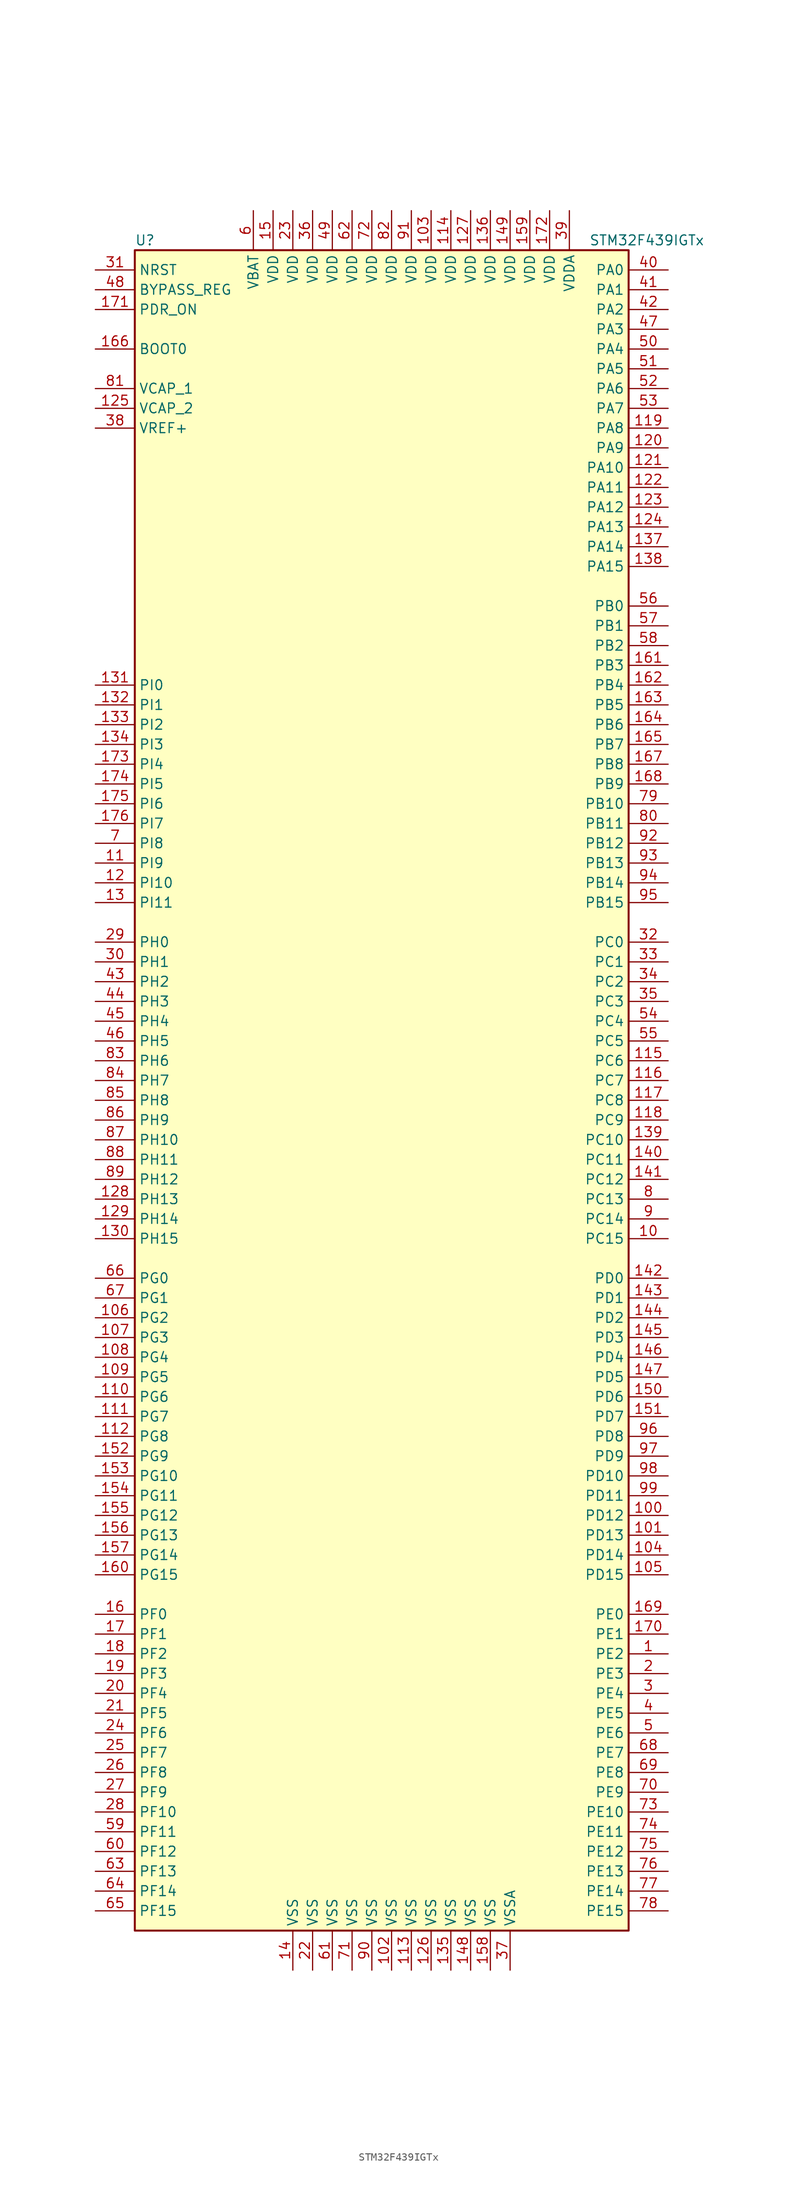
<source format=kicad_sym>
(kicad_symbol_lib
  (version 20201005)
  (generator kicad_symbol_editor)
  (symbol "STM32F439IGTx"
    (property "Reference" "U"
      (at -33.02 107.95 0)
      (effects (font (size 1.27 1.27)) (justify left)))
    (property "Value" "STM32F439IGTx"
      (at 25.4 107.95 0)
      (effects (font (size 1.27 1.27)) (justify left)))
    (symbol "STM32F439IGTx_0_1"
      (rectangle (start -33.02 -109.22) (end 30.48 106.68) (stroke (width 0.254)) (fill (type background))))
    (symbol "STM32F439IGTx_1_1"
      (pin input line (at -38.1 93.98 0) (length 5.08) (name "BOOT0" (effects (font (size 1.27 1.27)))) (number "166" (effects (font (size 1.27 1.27)))))
      (pin input line (at -38.1 101.6 0) (length 5.08) (name "BYPASS_REG" (effects (font (size 1.27 1.27)))) (number "48" (effects (font (size 1.27 1.27)))))
      (pin input line (at -38.1 104.14 0) (length 5.08) (name "NRST" (effects (font (size 1.27 1.27)))) (number "31" (effects (font (size 1.27 1.27)))))
      (pin bidirectional line (at 35.56 104.14 180) (length 5.08) (name "PA0" (effects (font (size 1.27 1.27)))) (number "40" (effects (font (size 1.27 1.27)))))
      (pin bidirectional line (at 35.56 101.6 180) (length 5.08) (name "PA1" (effects (font (size 1.27 1.27)))) (number "41" (effects (font (size 1.27 1.27)))))
      (pin bidirectional line (at 35.56 78.74 180) (length 5.08) (name "PA10" (effects (font (size 1.27 1.27)))) (number "121" (effects (font (size 1.27 1.27)))))
      (pin bidirectional line (at 35.56 76.2 180) (length 5.08) (name "PA11" (effects (font (size 1.27 1.27)))) (number "122" (effects (font (size 1.27 1.27)))))
      (pin bidirectional line (at 35.56 73.66 180) (length 5.08) (name "PA12" (effects (font (size 1.27 1.27)))) (number "123" (effects (font (size 1.27 1.27)))))
      (pin bidirectional line (at 35.56 71.12 180) (length 5.08) (name "PA13" (effects (font (size 1.27 1.27)))) (number "124" (effects (font (size 1.27 1.27)))))
      (pin bidirectional line (at 35.56 68.58 180) (length 5.08) (name "PA14" (effects (font (size 1.27 1.27)))) (number "137" (effects (font (size 1.27 1.27)))))
      (pin bidirectional line (at 35.56 66.04 180) (length 5.08) (name "PA15" (effects (font (size 1.27 1.27)))) (number "138" (effects (font (size 1.27 1.27)))))
      (pin bidirectional line (at 35.56 99.06 180) (length 5.08) (name "PA2" (effects (font (size 1.27 1.27)))) (number "42" (effects (font (size 1.27 1.27)))))
      (pin bidirectional line (at 35.56 96.52 180) (length 5.08) (name "PA3" (effects (font (size 1.27 1.27)))) (number "47" (effects (font (size 1.27 1.27)))))
      (pin bidirectional line (at 35.56 93.98 180) (length 5.08) (name "PA4" (effects (font (size 1.27 1.27)))) (number "50" (effects (font (size 1.27 1.27)))))
      (pin bidirectional line (at 35.56 91.44 180) (length 5.08) (name "PA5" (effects (font (size 1.27 1.27)))) (number "51" (effects (font (size 1.27 1.27)))))
      (pin bidirectional line (at 35.56 88.9 180) (length 5.08) (name "PA6" (effects (font (size 1.27 1.27)))) (number "52" (effects (font (size 1.27 1.27)))))
      (pin bidirectional line (at 35.56 86.36 180) (length 5.08) (name "PA7" (effects (font (size 1.27 1.27)))) (number "53" (effects (font (size 1.27 1.27)))))
      (pin bidirectional line (at 35.56 83.82 180) (length 5.08) (name "PA8" (effects (font (size 1.27 1.27)))) (number "119" (effects (font (size 1.27 1.27)))))
      (pin bidirectional line (at 35.56 81.28 180) (length 5.08) (name "PA9" (effects (font (size 1.27 1.27)))) (number "120" (effects (font (size 1.27 1.27)))))
      (pin bidirectional line (at 35.56 60.96 180) (length 5.08) (name "PB0" (effects (font (size 1.27 1.27)))) (number "56" (effects (font (size 1.27 1.27)))))
      (pin bidirectional line (at 35.56 58.42 180) (length 5.08) (name "PB1" (effects (font (size 1.27 1.27)))) (number "57" (effects (font (size 1.27 1.27)))))
      (pin bidirectional line (at 35.56 35.56 180) (length 5.08) (name "PB10" (effects (font (size 1.27 1.27)))) (number "79" (effects (font (size 1.27 1.27)))))
      (pin bidirectional line (at 35.56 33.02 180) (length 5.08) (name "PB11" (effects (font (size 1.27 1.27)))) (number "80" (effects (font (size 1.27 1.27)))))
      (pin bidirectional line (at 35.56 30.48 180) (length 5.08) (name "PB12" (effects (font (size 1.27 1.27)))) (number "92" (effects (font (size 1.27 1.27)))))
      (pin bidirectional line (at 35.56 27.94 180) (length 5.08) (name "PB13" (effects (font (size 1.27 1.27)))) (number "93" (effects (font (size 1.27 1.27)))))
      (pin bidirectional line (at 35.56 25.4 180) (length 5.08) (name "PB14" (effects (font (size 1.27 1.27)))) (number "94" (effects (font (size 1.27 1.27)))))
      (pin bidirectional line (at 35.56 22.86 180) (length 5.08) (name "PB15" (effects (font (size 1.27 1.27)))) (number "95" (effects (font (size 1.27 1.27)))))
      (pin bidirectional line (at 35.56 55.88 180) (length 5.08) (name "PB2" (effects (font (size 1.27 1.27)))) (number "58" (effects (font (size 1.27 1.27)))))
      (pin bidirectional line (at 35.56 53.34 180) (length 5.08) (name "PB3" (effects (font (size 1.27 1.27)))) (number "161" (effects (font (size 1.27 1.27)))))
      (pin bidirectional line (at 35.56 50.8 180) (length 5.08) (name "PB4" (effects (font (size 1.27 1.27)))) (number "162" (effects (font (size 1.27 1.27)))))
      (pin bidirectional line (at 35.56 48.26 180) (length 5.08) (name "PB5" (effects (font (size 1.27 1.27)))) (number "163" (effects (font (size 1.27 1.27)))))
      (pin bidirectional line (at 35.56 45.72 180) (length 5.08) (name "PB6" (effects (font (size 1.27 1.27)))) (number "164" (effects (font (size 1.27 1.27)))))
      (pin bidirectional line (at 35.56 43.18 180) (length 5.08) (name "PB7" (effects (font (size 1.27 1.27)))) (number "165" (effects (font (size 1.27 1.27)))))
      (pin bidirectional line (at 35.56 40.64 180) (length 5.08) (name "PB8" (effects (font (size 1.27 1.27)))) (number "167" (effects (font (size 1.27 1.27)))))
      (pin bidirectional line (at 35.56 38.1 180) (length 5.08) (name "PB9" (effects (font (size 1.27 1.27)))) (number "168" (effects (font (size 1.27 1.27)))))
      (pin bidirectional line (at 35.56 17.78 180) (length 5.08) (name "PC0" (effects (font (size 1.27 1.27)))) (number "32" (effects (font (size 1.27 1.27)))))
      (pin bidirectional line (at 35.56 15.24 180) (length 5.08) (name "PC1" (effects (font (size 1.27 1.27)))) (number "33" (effects (font (size 1.27 1.27)))))
      (pin bidirectional line (at 35.56 -7.62 180) (length 5.08) (name "PC10" (effects (font (size 1.27 1.27)))) (number "139" (effects (font (size 1.27 1.27)))))
      (pin bidirectional line (at 35.56 -10.16 180) (length 5.08) (name "PC11" (effects (font (size 1.27 1.27)))) (number "140" (effects (font (size 1.27 1.27)))))
      (pin bidirectional line (at 35.56 -12.7 180) (length 5.08) (name "PC12" (effects (font (size 1.27 1.27)))) (number "141" (effects (font (size 1.27 1.27)))))
      (pin bidirectional line (at 35.56 -15.24 180) (length 5.08) (name "PC13" (effects (font (size 1.27 1.27)))) (number "8" (effects (font (size 1.27 1.27)))))
      (pin bidirectional line (at 35.56 -17.78 180) (length 5.08) (name "PC14" (effects (font (size 1.27 1.27)))) (number "9" (effects (font (size 1.27 1.27)))))
      (pin bidirectional line (at 35.56 -20.32 180) (length 5.08) (name "PC15" (effects (font (size 1.27 1.27)))) (number "10" (effects (font (size 1.27 1.27)))))
      (pin bidirectional line (at 35.56 12.7 180) (length 5.08) (name "PC2" (effects (font (size 1.27 1.27)))) (number "34" (effects (font (size 1.27 1.27)))))
      (pin bidirectional line (at 35.56 10.16 180) (length 5.08) (name "PC3" (effects (font (size 1.27 1.27)))) (number "35" (effects (font (size 1.27 1.27)))))
      (pin bidirectional line (at 35.56 7.62 180) (length 5.08) (name "PC4" (effects (font (size 1.27 1.27)))) (number "54" (effects (font (size 1.27 1.27)))))
      (pin bidirectional line (at 35.56 5.08 180) (length 5.08) (name "PC5" (effects (font (size 1.27 1.27)))) (number "55" (effects (font (size 1.27 1.27)))))
      (pin bidirectional line (at 35.56 2.54 180) (length 5.08) (name "PC6" (effects (font (size 1.27 1.27)))) (number "115" (effects (font (size 1.27 1.27)))))
      (pin bidirectional line (at 35.56 0 180) (length 5.08) (name "PC7" (effects (font (size 1.27 1.27)))) (number "116" (effects (font (size 1.27 1.27)))))
      (pin bidirectional line (at 35.56 -2.54 180) (length 5.08) (name "PC8" (effects (font (size 1.27 1.27)))) (number "117" (effects (font (size 1.27 1.27)))))
      (pin bidirectional line (at 35.56 -5.08 180) (length 5.08) (name "PC9" (effects (font (size 1.27 1.27)))) (number "118" (effects (font (size 1.27 1.27)))))
      (pin bidirectional line (at 35.56 -25.4 180) (length 5.08) (name "PD0" (effects (font (size 1.27 1.27)))) (number "142" (effects (font (size 1.27 1.27)))))
      (pin bidirectional line (at 35.56 -27.94 180) (length 5.08) (name "PD1" (effects (font (size 1.27 1.27)))) (number "143" (effects (font (size 1.27 1.27)))))
      (pin bidirectional line (at 35.56 -50.8 180) (length 5.08) (name "PD10" (effects (font (size 1.27 1.27)))) (number "98" (effects (font (size 1.27 1.27)))))
      (pin bidirectional line (at 35.56 -53.34 180) (length 5.08) (name "PD11" (effects (font (size 1.27 1.27)))) (number "99" (effects (font (size 1.27 1.27)))))
      (pin bidirectional line (at 35.56 -55.88 180) (length 5.08) (name "PD12" (effects (font (size 1.27 1.27)))) (number "100" (effects (font (size 1.27 1.27)))))
      (pin bidirectional line (at 35.56 -58.42 180) (length 5.08) (name "PD13" (effects (font (size 1.27 1.27)))) (number "101" (effects (font (size 1.27 1.27)))))
      (pin bidirectional line (at 35.56 -60.96 180) (length 5.08) (name "PD14" (effects (font (size 1.27 1.27)))) (number "104" (effects (font (size 1.27 1.27)))))
      (pin bidirectional line (at 35.56 -63.5 180) (length 5.08) (name "PD15" (effects (font (size 1.27 1.27)))) (number "105" (effects (font (size 1.27 1.27)))))
      (pin bidirectional line (at 35.56 -30.48 180) (length 5.08) (name "PD2" (effects (font (size 1.27 1.27)))) (number "144" (effects (font (size 1.27 1.27)))))
      (pin bidirectional line (at 35.56 -33.02 180) (length 5.08) (name "PD3" (effects (font (size 1.27 1.27)))) (number "145" (effects (font (size 1.27 1.27)))))
      (pin bidirectional line (at 35.56 -35.56 180) (length 5.08) (name "PD4" (effects (font (size 1.27 1.27)))) (number "146" (effects (font (size 1.27 1.27)))))
      (pin bidirectional line (at 35.56 -38.1 180) (length 5.08) (name "PD5" (effects (font (size 1.27 1.27)))) (number "147" (effects (font (size 1.27 1.27)))))
      (pin bidirectional line (at 35.56 -40.64 180) (length 5.08) (name "PD6" (effects (font (size 1.27 1.27)))) (number "150" (effects (font (size 1.27 1.27)))))
      (pin bidirectional line (at 35.56 -43.18 180) (length 5.08) (name "PD7" (effects (font (size 1.27 1.27)))) (number "151" (effects (font (size 1.27 1.27)))))
      (pin bidirectional line (at 35.56 -45.72 180) (length 5.08) (name "PD8" (effects (font (size 1.27 1.27)))) (number "96" (effects (font (size 1.27 1.27)))))
      (pin bidirectional line (at 35.56 -48.26 180) (length 5.08) (name "PD9" (effects (font (size 1.27 1.27)))) (number "97" (effects (font (size 1.27 1.27)))))
      (pin input line (at -38.1 99.06 0) (length 5.08) (name "PDR_ON" (effects (font (size 1.27 1.27)))) (number "171" (effects (font (size 1.27 1.27)))))
      (pin bidirectional line (at 35.56 -68.58 180) (length 5.08) (name "PE0" (effects (font (size 1.27 1.27)))) (number "169" (effects (font (size 1.27 1.27)))))
      (pin bidirectional line (at 35.56 -71.12 180) (length 5.08) (name "PE1" (effects (font (size 1.27 1.27)))) (number "170" (effects (font (size 1.27 1.27)))))
      (pin bidirectional line (at 35.56 -93.98 180) (length 5.08) (name "PE10" (effects (font (size 1.27 1.27)))) (number "73" (effects (font (size 1.27 1.27)))))
      (pin bidirectional line (at 35.56 -96.52 180) (length 5.08) (name "PE11" (effects (font (size 1.27 1.27)))) (number "74" (effects (font (size 1.27 1.27)))))
      (pin bidirectional line (at 35.56 -99.06 180) (length 5.08) (name "PE12" (effects (font (size 1.27 1.27)))) (number "75" (effects (font (size 1.27 1.27)))))
      (pin bidirectional line (at 35.56 -101.6 180) (length 5.08) (name "PE13" (effects (font (size 1.27 1.27)))) (number "76" (effects (font (size 1.27 1.27)))))
      (pin bidirectional line (at 35.56 -104.14 180) (length 5.08) (name "PE14" (effects (font (size 1.27 1.27)))) (number "77" (effects (font (size 1.27 1.27)))))
      (pin bidirectional line (at 35.56 -106.68 180) (length 5.08) (name "PE15" (effects (font (size 1.27 1.27)))) (number "78" (effects (font (size 1.27 1.27)))))
      (pin bidirectional line (at 35.56 -73.66 180) (length 5.08) (name "PE2" (effects (font (size 1.27 1.27)))) (number "1" (effects (font (size 1.27 1.27)))))
      (pin bidirectional line (at 35.56 -76.2 180) (length 5.08) (name "PE3" (effects (font (size 1.27 1.27)))) (number "2" (effects (font (size 1.27 1.27)))))
      (pin bidirectional line (at 35.56 -78.74 180) (length 5.08) (name "PE4" (effects (font (size 1.27 1.27)))) (number "3" (effects (font (size 1.27 1.27)))))
      (pin bidirectional line (at 35.56 -81.28 180) (length 5.08) (name "PE5" (effects (font (size 1.27 1.27)))) (number "4" (effects (font (size 1.27 1.27)))))
      (pin bidirectional line (at 35.56 -83.82 180) (length 5.08) (name "PE6" (effects (font (size 1.27 1.27)))) (number "5" (effects (font (size 1.27 1.27)))))
      (pin bidirectional line (at 35.56 -86.36 180) (length 5.08) (name "PE7" (effects (font (size 1.27 1.27)))) (number "68" (effects (font (size 1.27 1.27)))))
      (pin bidirectional line (at 35.56 -88.9 180) (length 5.08) (name "PE8" (effects (font (size 1.27 1.27)))) (number "69" (effects (font (size 1.27 1.27)))))
      (pin bidirectional line (at 35.56 -91.44 180) (length 5.08) (name "PE9" (effects (font (size 1.27 1.27)))) (number "70" (effects (font (size 1.27 1.27)))))
      (pin bidirectional line (at -38.1 -68.58 0) (length 5.08) (name "PF0" (effects (font (size 1.27 1.27)))) (number "16" (effects (font (size 1.27 1.27)))))
      (pin bidirectional line (at -38.1 -71.12 0) (length 5.08) (name "PF1" (effects (font (size 1.27 1.27)))) (number "17" (effects (font (size 1.27 1.27)))))
      (pin bidirectional line (at -38.1 -93.98 0) (length 5.08) (name "PF10" (effects (font (size 1.27 1.27)))) (number "28" (effects (font (size 1.27 1.27)))))
      (pin bidirectional line (at -38.1 -96.52 0) (length 5.08) (name "PF11" (effects (font (size 1.27 1.27)))) (number "59" (effects (font (size 1.27 1.27)))))
      (pin bidirectional line (at -38.1 -99.06 0) (length 5.08) (name "PF12" (effects (font (size 1.27 1.27)))) (number "60" (effects (font (size 1.27 1.27)))))
      (pin bidirectional line (at -38.1 -101.6 0) (length 5.08) (name "PF13" (effects (font (size 1.27 1.27)))) (number "63" (effects (font (size 1.27 1.27)))))
      (pin bidirectional line (at -38.1 -104.14 0) (length 5.08) (name "PF14" (effects (font (size 1.27 1.27)))) (number "64" (effects (font (size 1.27 1.27)))))
      (pin bidirectional line (at -38.1 -106.68 0) (length 5.08) (name "PF15" (effects (font (size 1.27 1.27)))) (number "65" (effects (font (size 1.27 1.27)))))
      (pin bidirectional line (at -38.1 -73.66 0) (length 5.08) (name "PF2" (effects (font (size 1.27 1.27)))) (number "18" (effects (font (size 1.27 1.27)))))
      (pin bidirectional line (at -38.1 -76.2 0) (length 5.08) (name "PF3" (effects (font (size 1.27 1.27)))) (number "19" (effects (font (size 1.27 1.27)))))
      (pin bidirectional line (at -38.1 -78.74 0) (length 5.08) (name "PF4" (effects (font (size 1.27 1.27)))) (number "20" (effects (font (size 1.27 1.27)))))
      (pin bidirectional line (at -38.1 -81.28 0) (length 5.08) (name "PF5" (effects (font (size 1.27 1.27)))) (number "21" (effects (font (size 1.27 1.27)))))
      (pin bidirectional line (at -38.1 -83.82 0) (length 5.08) (name "PF6" (effects (font (size 1.27 1.27)))) (number "24" (effects (font (size 1.27 1.27)))))
      (pin bidirectional line (at -38.1 -86.36 0) (length 5.08) (name "PF7" (effects (font (size 1.27 1.27)))) (number "25" (effects (font (size 1.27 1.27)))))
      (pin bidirectional line (at -38.1 -88.9 0) (length 5.08) (name "PF8" (effects (font (size 1.27 1.27)))) (number "26" (effects (font (size 1.27 1.27)))))
      (pin bidirectional line (at -38.1 -91.44 0) (length 5.08) (name "PF9" (effects (font (size 1.27 1.27)))) (number "27" (effects (font (size 1.27 1.27)))))
      (pin bidirectional line (at -38.1 -25.4 0) (length 5.08) (name "PG0" (effects (font (size 1.27 1.27)))) (number "66" (effects (font (size 1.27 1.27)))))
      (pin bidirectional line (at -38.1 -27.94 0) (length 5.08) (name "PG1" (effects (font (size 1.27 1.27)))) (number "67" (effects (font (size 1.27 1.27)))))
      (pin bidirectional line (at -38.1 -50.8 0) (length 5.08) (name "PG10" (effects (font (size 1.27 1.27)))) (number "153" (effects (font (size 1.27 1.27)))))
      (pin bidirectional line (at -38.1 -53.34 0) (length 5.08) (name "PG11" (effects (font (size 1.27 1.27)))) (number "154" (effects (font (size 1.27 1.27)))))
      (pin bidirectional line (at -38.1 -55.88 0) (length 5.08) (name "PG12" (effects (font (size 1.27 1.27)))) (number "155" (effects (font (size 1.27 1.27)))))
      (pin bidirectional line (at -38.1 -58.42 0) (length 5.08) (name "PG13" (effects (font (size 1.27 1.27)))) (number "156" (effects (font (size 1.27 1.27)))))
      (pin bidirectional line (at -38.1 -60.96 0) (length 5.08) (name "PG14" (effects (font (size 1.27 1.27)))) (number "157" (effects (font (size 1.27 1.27)))))
      (pin bidirectional line (at -38.1 -63.5 0) (length 5.08) (name "PG15" (effects (font (size 1.27 1.27)))) (number "160" (effects (font (size 1.27 1.27)))))
      (pin bidirectional line (at -38.1 -30.48 0) (length 5.08) (name "PG2" (effects (font (size 1.27 1.27)))) (number "106" (effects (font (size 1.27 1.27)))))
      (pin bidirectional line (at -38.1 -33.02 0) (length 5.08) (name "PG3" (effects (font (size 1.27 1.27)))) (number "107" (effects (font (size 1.27 1.27)))))
      (pin bidirectional line (at -38.1 -35.56 0) (length 5.08) (name "PG4" (effects (font (size 1.27 1.27)))) (number "108" (effects (font (size 1.27 1.27)))))
      (pin bidirectional line (at -38.1 -38.1 0) (length 5.08) (name "PG5" (effects (font (size 1.27 1.27)))) (number "109" (effects (font (size 1.27 1.27)))))
      (pin bidirectional line (at -38.1 -40.64 0) (length 5.08) (name "PG6" (effects (font (size 1.27 1.27)))) (number "110" (effects (font (size 1.27 1.27)))))
      (pin bidirectional line (at -38.1 -43.18 0) (length 5.08) (name "PG7" (effects (font (size 1.27 1.27)))) (number "111" (effects (font (size 1.27 1.27)))))
      (pin bidirectional line (at -38.1 -45.72 0) (length 5.08) (name "PG8" (effects (font (size 1.27 1.27)))) (number "112" (effects (font (size 1.27 1.27)))))
      (pin bidirectional line (at -38.1 -48.26 0) (length 5.08) (name "PG9" (effects (font (size 1.27 1.27)))) (number "152" (effects (font (size 1.27 1.27)))))
      (pin input line (at -38.1 17.78 0) (length 5.08) (name "PH0" (effects (font (size 1.27 1.27)))) (number "29" (effects (font (size 1.27 1.27)))))
      (pin input line (at -38.1 15.24 0) (length 5.08) (name "PH1" (effects (font (size 1.27 1.27)))) (number "30" (effects (font (size 1.27 1.27)))))
      (pin bidirectional line (at -38.1 -7.62 0) (length 5.08) (name "PH10" (effects (font (size 1.27 1.27)))) (number "87" (effects (font (size 1.27 1.27)))))
      (pin bidirectional line (at -38.1 -10.16 0) (length 5.08) (name "PH11" (effects (font (size 1.27 1.27)))) (number "88" (effects (font (size 1.27 1.27)))))
      (pin bidirectional line (at -38.1 -12.7 0) (length 5.08) (name "PH12" (effects (font (size 1.27 1.27)))) (number "89" (effects (font (size 1.27 1.27)))))
      (pin bidirectional line (at -38.1 -15.24 0) (length 5.08) (name "PH13" (effects (font (size 1.27 1.27)))) (number "128" (effects (font (size 1.27 1.27)))))
      (pin bidirectional line (at -38.1 -17.78 0) (length 5.08) (name "PH14" (effects (font (size 1.27 1.27)))) (number "129" (effects (font (size 1.27 1.27)))))
      (pin bidirectional line (at -38.1 -20.32 0) (length 5.08) (name "PH15" (effects (font (size 1.27 1.27)))) (number "130" (effects (font (size 1.27 1.27)))))
      (pin bidirectional line (at -38.1 12.7 0) (length 5.08) (name "PH2" (effects (font (size 1.27 1.27)))) (number "43" (effects (font (size 1.27 1.27)))))
      (pin bidirectional line (at -38.1 10.16 0) (length 5.08) (name "PH3" (effects (font (size 1.27 1.27)))) (number "44" (effects (font (size 1.27 1.27)))))
      (pin bidirectional line (at -38.1 7.62 0) (length 5.08) (name "PH4" (effects (font (size 1.27 1.27)))) (number "45" (effects (font (size 1.27 1.27)))))
      (pin bidirectional line (at -38.1 5.08 0) (length 5.08) (name "PH5" (effects (font (size 1.27 1.27)))) (number "46" (effects (font (size 1.27 1.27)))))
      (pin bidirectional line (at -38.1 2.54 0) (length 5.08) (name "PH6" (effects (font (size 1.27 1.27)))) (number "83" (effects (font (size 1.27 1.27)))))
      (pin bidirectional line (at -38.1 0 0) (length 5.08) (name "PH7" (effects (font (size 1.27 1.27)))) (number "84" (effects (font (size 1.27 1.27)))))
      (pin bidirectional line (at -38.1 -2.54 0) (length 5.08) (name "PH8" (effects (font (size 1.27 1.27)))) (number "85" (effects (font (size 1.27 1.27)))))
      (pin bidirectional line (at -38.1 -5.08 0) (length 5.08) (name "PH9" (effects (font (size 1.27 1.27)))) (number "86" (effects (font (size 1.27 1.27)))))
      (pin bidirectional line (at -38.1 50.8 0) (length 5.08) (name "PI0" (effects (font (size 1.27 1.27)))) (number "131" (effects (font (size 1.27 1.27)))))
      (pin bidirectional line (at -38.1 48.26 0) (length 5.08) (name "PI1" (effects (font (size 1.27 1.27)))) (number "132" (effects (font (size 1.27 1.27)))))
      (pin bidirectional line (at -38.1 25.4 0) (length 5.08) (name "PI10" (effects (font (size 1.27 1.27)))) (number "12" (effects (font (size 1.27 1.27)))))
      (pin bidirectional line (at -38.1 22.86 0) (length 5.08) (name "PI11" (effects (font (size 1.27 1.27)))) (number "13" (effects (font (size 1.27 1.27)))))
      (pin bidirectional line (at -38.1 45.72 0) (length 5.08) (name "PI2" (effects (font (size 1.27 1.27)))) (number "133" (effects (font (size 1.27 1.27)))))
      (pin bidirectional line (at -38.1 43.18 0) (length 5.08) (name "PI3" (effects (font (size 1.27 1.27)))) (number "134" (effects (font (size 1.27 1.27)))))
      (pin bidirectional line (at -38.1 40.64 0) (length 5.08) (name "PI4" (effects (font (size 1.27 1.27)))) (number "173" (effects (font (size 1.27 1.27)))))
      (pin bidirectional line (at -38.1 38.1 0) (length 5.08) (name "PI5" (effects (font (size 1.27 1.27)))) (number "174" (effects (font (size 1.27 1.27)))))
      (pin bidirectional line (at -38.1 35.56 0) (length 5.08) (name "PI6" (effects (font (size 1.27 1.27)))) (number "175" (effects (font (size 1.27 1.27)))))
      (pin bidirectional line (at -38.1 33.02 0) (length 5.08) (name "PI7" (effects (font (size 1.27 1.27)))) (number "176" (effects (font (size 1.27 1.27)))))
      (pin bidirectional line (at -38.1 30.48 0) (length 5.08) (name "PI8" (effects (font (size 1.27 1.27)))) (number "7" (effects (font (size 1.27 1.27)))))
      (pin bidirectional line (at -38.1 27.94 0) (length 5.08) (name "PI9" (effects (font (size 1.27 1.27)))) (number "11" (effects (font (size 1.27 1.27)))))
      (pin power_in line (at -17.78 111.76 270) (length 5.08) (name "VBAT" (effects (font (size 1.27 1.27)))) (number "6" (effects (font (size 1.27 1.27)))))
      (pin power_in line (at -38.1 88.9 0) (length 5.08) (name "VCAP_1" (effects (font (size 1.27 1.27)))) (number "81" (effects (font (size 1.27 1.27)))))
      (pin power_in line (at -38.1 86.36 0) (length 5.08) (name "VCAP_2" (effects (font (size 1.27 1.27)))) (number "125" (effects (font (size 1.27 1.27)))))
      (pin power_in line (at 5.08 111.76 270) (length 5.08) (name "VDD" (effects (font (size 1.27 1.27)))) (number "103" (effects (font (size 1.27 1.27)))))
      (pin power_in line (at 7.62 111.76 270) (length 5.08) (name "VDD" (effects (font (size 1.27 1.27)))) (number "114" (effects (font (size 1.27 1.27)))))
      (pin power_in line (at 10.16 111.76 270) (length 5.08) (name "VDD" (effects (font (size 1.27 1.27)))) (number "127" (effects (font (size 1.27 1.27)))))
      (pin power_in line (at 12.7 111.76 270) (length 5.08) (name "VDD" (effects (font (size 1.27 1.27)))) (number "136" (effects (font (size 1.27 1.27)))))
      (pin power_in line (at 15.24 111.76 270) (length 5.08) (name "VDD" (effects (font (size 1.27 1.27)))) (number "149" (effects (font (size 1.27 1.27)))))
      (pin power_in line (at -15.24 111.76 270) (length 5.08) (name "VDD" (effects (font (size 1.27 1.27)))) (number "15" (effects (font (size 1.27 1.27)))))
      (pin power_in line (at 17.78 111.76 270) (length 5.08) (name "VDD" (effects (font (size 1.27 1.27)))) (number "159" (effects (font (size 1.27 1.27)))))
      (pin power_in line (at 20.32 111.76 270) (length 5.08) (name "VDD" (effects (font (size 1.27 1.27)))) (number "172" (effects (font (size 1.27 1.27)))))
      (pin power_in line (at -12.7 111.76 270) (length 5.08) (name "VDD" (effects (font (size 1.27 1.27)))) (number "23" (effects (font (size 1.27 1.27)))))
      (pin power_in line (at -10.16 111.76 270) (length 5.08) (name "VDD" (effects (font (size 1.27 1.27)))) (number "36" (effects (font (size 1.27 1.27)))))
      (pin power_in line (at -7.62 111.76 270) (length 5.08) (name "VDD" (effects (font (size 1.27 1.27)))) (number "49" (effects (font (size 1.27 1.27)))))
      (pin power_in line (at -5.08 111.76 270) (length 5.08) (name "VDD" (effects (font (size 1.27 1.27)))) (number "62" (effects (font (size 1.27 1.27)))))
      (pin power_in line (at -2.54 111.76 270) (length 5.08) (name "VDD" (effects (font (size 1.27 1.27)))) (number "72" (effects (font (size 1.27 1.27)))))
      (pin power_in line (at 0 111.76 270) (length 5.08) (name "VDD" (effects (font (size 1.27 1.27)))) (number "82" (effects (font (size 1.27 1.27)))))
      (pin power_in line (at 2.54 111.76 270) (length 5.08) (name "VDD" (effects (font (size 1.27 1.27)))) (number "91" (effects (font (size 1.27 1.27)))))
      (pin power_in line (at 22.86 111.76 270) (length 5.08) (name "VDDA" (effects (font (size 1.27 1.27)))) (number "39" (effects (font (size 1.27 1.27)))))
      (pin power_in line (at -38.1 83.82 0) (length 5.08) (name "VREF+" (effects (font (size 1.27 1.27)))) (number "38" (effects (font (size 1.27 1.27)))))
      (pin power_in line (at 0 -114.3 90) (length 5.08) (name "VSS" (effects (font (size 1.27 1.27)))) (number "102" (effects (font (size 1.27 1.27)))))
      (pin power_in line (at 2.54 -114.3 90) (length 5.08) (name "VSS" (effects (font (size 1.27 1.27)))) (number "113" (effects (font (size 1.27 1.27)))))
      (pin power_in line (at 5.08 -114.3 90) (length 5.08) (name "VSS" (effects (font (size 1.27 1.27)))) (number "126" (effects (font (size 1.27 1.27)))))
      (pin power_in line (at 7.62 -114.3 90) (length 5.08) (name "VSS" (effects (font (size 1.27 1.27)))) (number "135" (effects (font (size 1.27 1.27)))))
      (pin power_in line (at -12.7 -114.3 90) (length 5.08) (name "VSS" (effects (font (size 1.27 1.27)))) (number "14" (effects (font (size 1.27 1.27)))))
      (pin power_in line (at 10.16 -114.3 90) (length 5.08) (name "VSS" (effects (font (size 1.27 1.27)))) (number "148" (effects (font (size 1.27 1.27)))))
      (pin power_in line (at 12.7 -114.3 90) (length 5.08) (name "VSS" (effects (font (size 1.27 1.27)))) (number "158" (effects (font (size 1.27 1.27)))))
      (pin power_in line (at -10.16 -114.3 90) (length 5.08) (name "VSS" (effects (font (size 1.27 1.27)))) (number "22" (effects (font (size 1.27 1.27)))))
      (pin power_in line (at -7.62 -114.3 90) (length 5.08) (name "VSS" (effects (font (size 1.27 1.27)))) (number "61" (effects (font (size 1.27 1.27)))))
      (pin power_in line (at -5.08 -114.3 90) (length 5.08) (name "VSS" (effects (font (size 1.27 1.27)))) (number "71" (effects (font (size 1.27 1.27)))))
      (pin power_in line (at -2.54 -114.3 90) (length 5.08) (name "VSS" (effects (font (size 1.27 1.27)))) (number "90" (effects (font (size 1.27 1.27)))))
      (pin power_in line (at 15.24 -114.3 90) (length 5.08) (name "VSSA" (effects (font (size 1.27 1.27)))) (number "37" (effects (font (size 1.27 1.27))))))))
</source>
